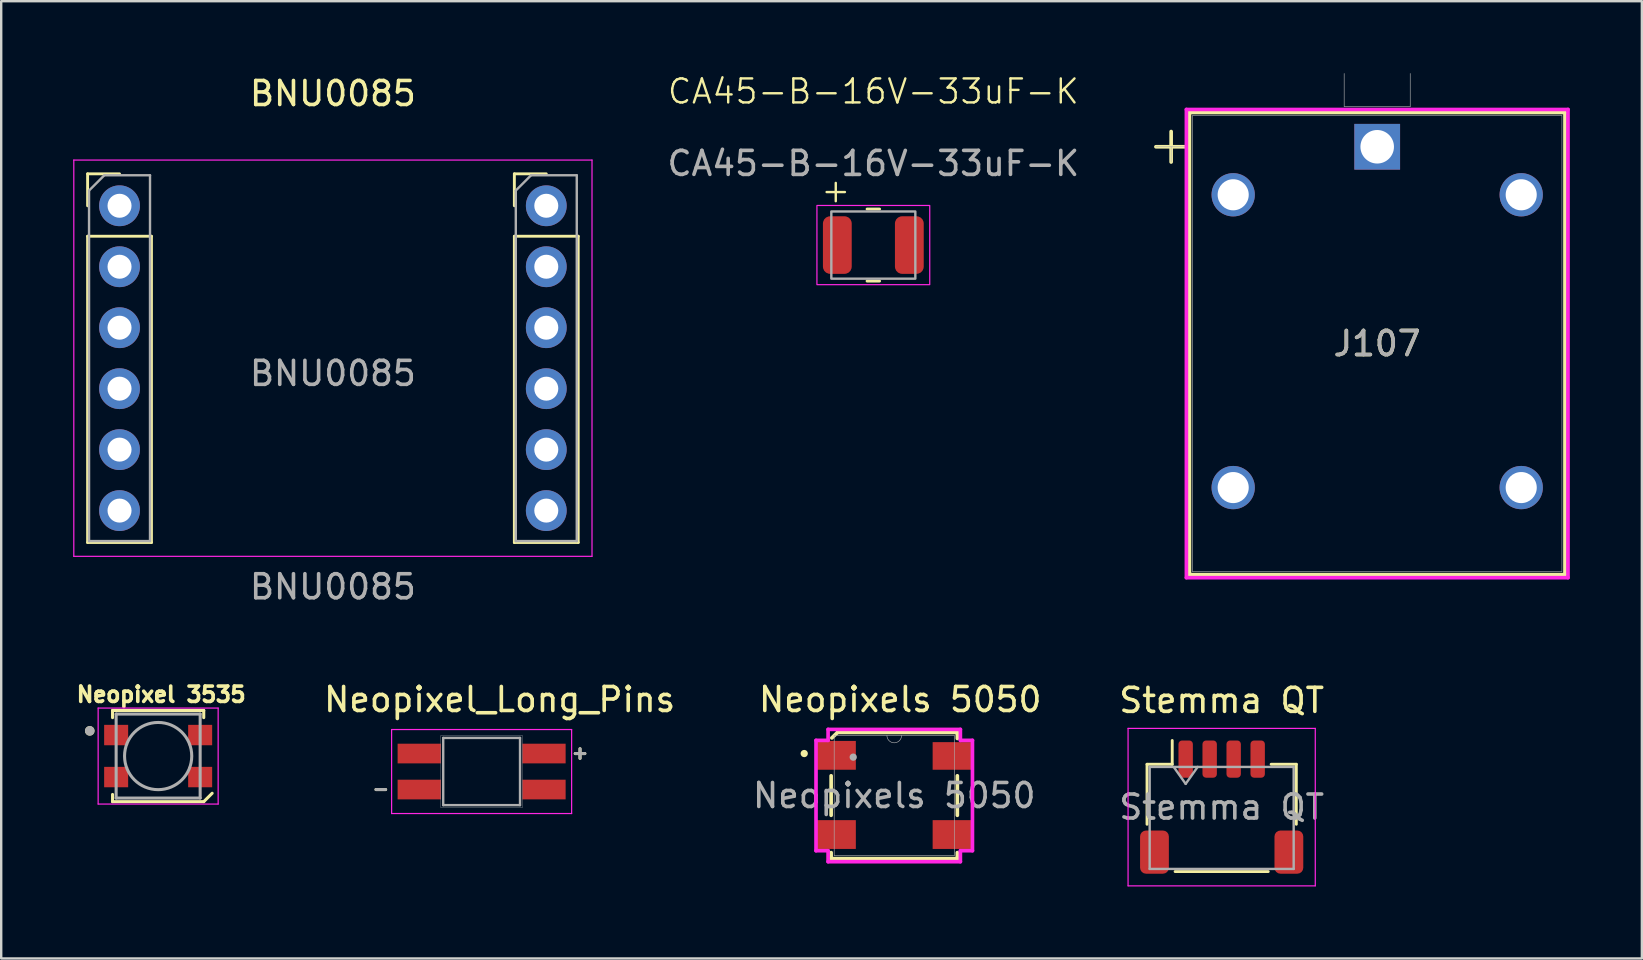
<source format=kicad_pcb>
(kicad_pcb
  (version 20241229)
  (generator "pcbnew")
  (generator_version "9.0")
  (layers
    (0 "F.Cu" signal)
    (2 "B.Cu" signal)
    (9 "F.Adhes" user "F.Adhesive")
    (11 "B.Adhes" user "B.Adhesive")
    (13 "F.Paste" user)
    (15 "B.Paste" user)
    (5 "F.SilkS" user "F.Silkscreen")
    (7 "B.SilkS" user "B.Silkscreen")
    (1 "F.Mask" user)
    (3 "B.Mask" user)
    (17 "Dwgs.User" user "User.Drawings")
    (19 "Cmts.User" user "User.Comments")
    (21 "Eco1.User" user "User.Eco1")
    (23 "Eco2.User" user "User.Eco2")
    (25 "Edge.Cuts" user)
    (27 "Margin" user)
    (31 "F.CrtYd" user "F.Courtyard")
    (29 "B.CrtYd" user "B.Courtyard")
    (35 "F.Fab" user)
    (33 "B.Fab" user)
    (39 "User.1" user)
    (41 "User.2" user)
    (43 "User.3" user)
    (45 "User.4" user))
  (footprint "BNU0085"
    (layer "F.Cu")
    (at 10.82 1.078)
    (property "Reference" "BNU0085" (at 0 -0.23 0) (unlocked yes) (layer "F.SilkS") (effects (font (size 1 1) (thickness 0.15))))
    (attr through_hole)
    (fp_line (start -10.22 3.115) (end -8.89 3.115) (stroke (width 0.12) (type solid)) (layer "F.SilkS"))
    (fp_line (start -10.22 4.445) (end -10.22 3.115) (stroke (width 0.12) (type solid)) (layer "F.SilkS"))
    (fp_line (start -10.22 5.715) (end -10.22 18.475) (stroke (width 0.12) (type solid)) (layer "F.SilkS"))
    (fp_line (start -10.22 5.715) (end -7.56 5.715) (stroke (width 0.12) (type solid)) (layer "F.SilkS"))
    (fp_line (start -10.22 18.475) (end -7.56 18.475) (stroke (width 0.12) (type solid)) (layer "F.SilkS"))
    (fp_line (start -7.56 5.715) (end -7.56 18.475) (stroke (width 0.12) (type solid)) (layer "F.SilkS"))
    (fp_line (start 7.56 3.115) (end 8.89 3.115) (stroke (width 0.12) (type solid)) (layer "F.SilkS"))
    (fp_line (start 7.56 4.445) (end 7.56 3.115) (stroke (width 0.12) (type solid)) (layer "F.SilkS"))
    (fp_line (start 7.56 5.715) (end 7.56 18.475) (stroke (width 0.12) (type solid)) (layer "F.SilkS"))
    (fp_line (start 7.56 5.715) (end 10.22 5.715) (stroke (width 0.12) (type solid)) (layer "F.SilkS"))
    (fp_line (start 7.56 18.475) (end 10.22 18.475) (stroke (width 0.12) (type solid)) (layer "F.SilkS"))
    (fp_line (start 10.22 5.715) (end 10.22 18.475) (stroke (width 0.12) (type solid)) (layer "F.SilkS"))
    (fp_line (start -10.795 2.54) (end -10.795 19.05) (stroke (width 0.05) (type solid)) (layer "F.CrtYd"))
    (fp_line (start -10.795 19.05) (end 10.795 19.05) (stroke (width 0.05) (type solid)) (layer "F.CrtYd"))
    (fp_line (start 10.795 2.54) (end -10.795 2.54) (stroke (width 0.05) (type solid)) (layer "F.CrtYd"))
    (fp_line (start 10.795 19.05) (end 10.795 2.54) (stroke (width 0.05) (type solid)) (layer "F.CrtYd"))
    (fp_line (start -10.16 3.81) (end -9.525 3.175) (stroke (width 0.1) (type solid)) (layer "F.Fab"))
    (fp_line (start -10.16 18.415) (end -10.16 3.81) (stroke (width 0.1) (type solid)) (layer "F.Fab"))
    (fp_line (start -9.525 3.175) (end -7.62 3.175) (stroke (width 0.1) (type solid)) (layer "F.Fab"))
    (fp_line (start -7.62 3.175) (end -7.62 18.415) (stroke (width 0.1) (type solid)) (layer "F.Fab"))
    (fp_line (start -7.62 18.415) (end -10.16 18.415) (stroke (width 0.1) (type solid)) (layer "F.Fab"))
    (fp_line (start 7.62 3.81) (end 8.255 3.175) (stroke (width 0.1) (type solid)) (layer "F.Fab"))
    (fp_line (start 7.62 18.415) (end 7.62 3.81) (stroke (width 0.1) (type solid)) (layer "F.Fab"))
    (fp_line (start 8.255 3.175) (end 10.16 3.175) (stroke (width 0.1) (type solid)) (layer "F.Fab"))
    (fp_line (start 10.16 3.175) (end 10.16 18.415) (stroke (width 0.1) (type solid)) (layer "F.Fab"))
    (fp_line (start 10.16 18.415) (end 7.62 18.415) (stroke (width 0.1) (type solid)) (layer "F.Fab"))
    (fp_text user "${REFERENCE}" (at 0 11.43 180) (layer "F.Fab") (effects (font (size 1 1) (thickness 0.15))))
    (fp_text user "${REFERENCE}" (at 0 20.32 180) (layer "F.Fab") (effects (font (size 1 1) (thickness 0.15))))
    (pad "1" thru_hole circle (at -8.89 4.445) (size 1.7 1.7) (drill 1) (layers "*.Cu" "*.Mask"))
    (pad "2" thru_hole oval (at -8.89 6.985) (size 1.7 1.7) (drill 1) (layers "*.Cu" "*.Mask"))
    (pad "3" thru_hole oval (at -8.89 9.525) (size 1.7 1.7) (drill 1) (layers "*.Cu" "*.Mask"))
    (pad "4" thru_hole oval (at -8.89 12.065) (size 1.7 1.7) (drill 1) (layers "*.Cu" "*.Mask"))
    (pad "5" thru_hole oval (at -8.89 14.605) (size 1.7 1.7) (drill 1) (layers "*.Cu" "*.Mask"))
    (pad "6" thru_hole oval (at -8.89 17.145) (size 1.7 1.7) (drill 1) (layers "*.Cu" "*.Mask"))
    (pad "7" thru_hole circle (at 8.89 17.145) (size 1.7 1.7) (drill 1) (layers "*.Cu" "*.Mask"))
    (pad "8" thru_hole circle (at 8.89 14.605) (size 1.7 1.7) (drill 1) (layers "*.Cu" "*.Mask"))
    (pad "9" thru_hole circle (at 8.89 12.065) (size 1.7 1.7) (drill 1) (layers "*.Cu" "*.Mask"))
    (pad "10" thru_hole oval (at 8.89 9.525) (size 1.7 1.7) (drill 1) (layers "*.Cu" "*.Mask"))
    (pad "11" thru_hole oval (at 8.89 6.985) (size 1.7 1.7) (drill 1) (layers "*.Cu" "*.Mask"))
    (pad "12" thru_hole circle (at 8.89 4.445) (size 1.7 1.7) (drill 1) (layers "*.Cu" "*.Mask")))
  (footprint "Neopixel 3535"
    (layer "F.Cu")
    (at 3.539 28.45)
    (property "Reference" "Neopixel 3535" (at 0.127 -2.565 0) (layer "F.SilkS") (effects (font (size 0.64 0.64) (thickness 0.15))))
    (attr smd)
    (fp_line (start -1.9 -1.9) (end 1.9 -1.9) (stroke (width 0.127) (type solid)) (layer "F.SilkS"))
    (fp_line (start -1.9 -1.6) (end -1.9 -1.9) (stroke (width 0.127) (type solid)) (layer "F.SilkS"))
    (fp_line (start -1.9 1.6) (end -1.9 1.9) (stroke (width 0.127) (type solid)) (layer "F.SilkS"))
    (fp_line (start -1.9 1.9) (end 1.9 1.9) (stroke (width 0.127) (type solid)) (layer "F.SilkS"))
    (fp_line (start 1.9 -1.9) (end 1.9 -1.6) (stroke (width 0.127) (type solid)) (layer "F.SilkS"))
    (fp_line (start 1.9 1.9) (end 2.25 1.55) (stroke (width 0.127) (type solid)) (layer "F.SilkS"))
    (fp_circle (center -2.85 -1.05) (end -2.75 -1.05) (stroke (width 0.2) (type solid)) (fill no) (layer "F.SilkS"))
    (fp_line (start -2.5 -2) (end 2.5 -2) (stroke (width 0.05) (type solid)) (layer "F.CrtYd"))
    (fp_line (start -2.5 2) (end -2.5 -2) (stroke (width 0.05) (type solid)) (layer "F.CrtYd"))
    (fp_line (start 2.5 -2) (end 2.5 2) (stroke (width 0.05) (type solid)) (layer "F.CrtYd"))
    (fp_line (start 2.5 2) (end -2.5 2) (stroke (width 0.05) (type solid)) (layer "F.CrtYd"))
    (fp_line (start -1.75 -1.75) (end 1.75 -1.75) (stroke (width 0.127) (type solid)) (layer "F.Fab"))
    (fp_line (start -1.75 1.75) (end -1.75 -1.75) (stroke (width 0.127) (type solid)) (layer "F.Fab"))
    (fp_line (start 1.75 -1.75) (end 1.75 1.75) (stroke (width 0.127) (type solid)) (layer "F.Fab"))
    (fp_line (start 1.75 1.75) (end -1.75 1.75) (stroke (width 0.127) (type solid)) (layer "F.Fab"))
    (fp_circle (center -2.85 -1.05) (end -2.75 -1.05) (stroke (width 0.2) (type solid)) (fill no) (layer "F.Fab"))
    (fp_circle (center 0 0) (end 1.4 0) (stroke (width 0.127) (type solid)) (fill no) (layer "F.Fab"))
    (pad "1" smd rect (at 1.75 0.875) (size 1 0.85) (layers "F.Cu" "F.Mask" "F.Paste"))
    (pad "2" smd rect (at 1.75 -0.875) (size 1 0.85) (layers "F.Cu" "F.Mask" "F.Paste"))
    (pad "3" smd rect (at -1.75 -0.875) (size 1 0.85) (layers "F.Cu" "F.Mask" "F.Paste"))
    (pad "4" smd rect (at -1.75 0.875) (size 1 0.85) (layers "F.Cu" "F.Mask" "F.Paste")))
  (footprint "CA45-B-16V-33uF-K"
    (layer "F.Cu")
    (at 33.336 1.26)
    (property "Reference" "CA45-B-16V-33uF-K" (at 0 -0.5 0) (unlocked yes) (layer "F.SilkS") (effects (font (size 1 1) (thickness 0.1))))
    (attr smd)
    (fp_line (start -0.261 4.4) (end 0.261 4.4) (stroke (width 0.12) (type solid)) (layer "F.SilkS"))
    (fp_line (start -0.261 7.4) (end 0.261 7.4) (stroke (width 0.12) (type solid)) (layer "F.SilkS"))
    (fp_rect (start -2.35 4.25) (end 2.35 7.55) (stroke (width 0.05) (type default)) (fill no) (layer "F.CrtYd"))
    (fp_rect (start -1.75 4.5) (end 1.75 7.3) (stroke (width 0.1) (type default)) (fill no) (layer "F.Fab"))
    (fp_text user "+" (at -2.25 4.2 0) (unlocked yes) (layer "F.SilkS") (effects (font (size 1 1) (thickness 0.1)) (justify left bottom)))
    (fp_text user "${REFERENCE}" (at 0 2.5 0) (unlocked yes) (layer "F.Fab") (effects (font (size 1 1) (thickness 0.15))))
    (pad "1" smd roundrect (at -1.5 5.9) (size 1.2 2.4) (layers "F.Cu" "F.Mask" "F.Paste") (roundrect_rratio 0.25))
    (pad "2" smd roundrect (at 1.5 5.9) (size 1.2 2.4) (layers "F.Cu" "F.Mask" "F.Paste") (roundrect_rratio 0.25)))
  (footprint "J107"
    (layer "F.Cu")
    (at 54.329 3.065)
    (property "Reference" "J107" (at 0 8.2 0) (unlocked yes) (layer "F.SilkS") (effects (font (size 1 1) (thickness 0.15))))
    (attr through_hole)
    (fp_line (start -9.22 0) (end -7.95 0) (stroke (width 0.152) (type solid)) (layer "F.SilkS"))
    (fp_line (start -8.585 -0.635) (end -8.585 0.635) (stroke (width 0.152) (type solid)) (layer "F.SilkS"))
    (fp_line (start -7.823 -1.427) (end -7.823 17.826) (stroke (width 0.152) (type solid)) (layer "F.SilkS"))
    (fp_line (start 7.823 -1.427) (end -7.823 -1.427) (stroke (width 0.152) (type solid)) (layer "F.SilkS"))
    (fp_line (start 7.823 -1.427) (end 7.823 17.826) (stroke (width 0.152) (type solid)) (layer "F.SilkS"))
    (fp_line (start 7.823 17.826) (end -7.823 17.826) (stroke (width 0.152) (type solid)) (layer "F.SilkS"))
    (fp_line (start -7.95 -1.554) (end -7.95 17.953) (stroke (width 0.152) (type solid)) (layer "F.CrtYd"))
    (fp_line (start -7.95 17.953) (end 7.95 17.953) (stroke (width 0.152) (type solid)) (layer "F.CrtYd"))
    (fp_line (start 7.95 -1.554) (end -7.95 -1.554) (stroke (width 0.152) (type solid)) (layer "F.CrtYd"))
    (fp_line (start 7.95 17.953) (end 7.95 -1.554) (stroke (width 0.152) (type solid)) (layer "F.CrtYd"))
    (fp_line (start -9.22 0) (end -7.95 0) (stroke (width 0.025) (type solid)) (layer "F.Fab"))
    (fp_line (start -8.585 0) (end -8.585 0.635) (stroke (width 0.025) (type solid)) (layer "F.Fab"))
    (fp_line (start -7.696 -1.3) (end -7.696 17.699) (stroke (width 0.025) (type solid)) (layer "F.Fab"))
    (fp_line (start -1.376 -1.677) (end -1.376 -3.053) (stroke (width 0.025) (type solid)) (layer "F.Fab"))
    (fp_line (start 1.376 -3.053) (end 1.376 -1.677) (stroke (width 0.025) (type solid)) (layer "F.Fab"))
    (fp_line (start 1.376 -1.677) (end -1.376 -1.677) (stroke (width 0.025) (type solid)) (layer "F.Fab"))
    (fp_line (start 7.696 -1.3) (end -7.696 -1.3) (stroke (width 0.025) (type solid)) (layer "F.Fab"))
    (fp_line (start 7.696 -1.3) (end 7.696 17.699) (stroke (width 0.025) (type solid)) (layer "F.Fab"))
    (fp_line (start 7.696 17.699) (end -7.696 17.699) (stroke (width 0.025) (type solid)) (layer "F.Fab"))
    (fp_text user "${REFERENCE}" (at 0 8.2 0) (unlocked yes) (layer "F.Fab") (effects (font (size 1 1) (thickness 0.15))))
    (pad "1" thru_hole rect (at 0 0) (size 1.905 1.905) (drill 1.397) (layers "*.Cu" "*.Mask"))
    (pad "2" thru_hole circle (at -6 2) (size 1.803 1.803) (drill 1.295) (layers "*.Cu" "*.Mask"))
    (pad "3" thru_hole circle (at 6 2) (size 1.803 1.803) (drill 1.295) (layers "*.Cu" "*.Mask"))
    (pad "4" thru_hole circle (at -6 14.199) (size 1.803 1.803) (drill 1.295) (layers "*.Cu" "*.Mask"))
    (pad "5" thru_hole circle (at 6 14.199) (size 1.803 1.803) (drill 1.295) (layers "*.Cu" "*.Mask")))
  (footprint "Stemma QT"
    (layer "F.Cu")
    (at 47.849 25.497)
    (property "Reference" "Stemma QT" (at 0 0.635 180) (layer "F.SilkS") (effects (font (size 1 1) (thickness 0.15))))
    (attr through_hole)
    (fp_line (start -3.11 3.295) (end -2.06 3.295) (stroke (width 0.12) (type solid)) (layer "F.SilkS"))
    (fp_line (start -3.11 5.795) (end -3.11 3.295) (stroke (width 0.12) (type solid)) (layer "F.SilkS"))
    (fp_line (start -2.06 3.295) (end -2.06 2.305) (stroke (width 0.12) (type solid)) (layer "F.SilkS"))
    (fp_line (start -1.94 7.765) (end 1.94 7.765) (stroke (width 0.12) (type solid)) (layer "F.SilkS"))
    (fp_line (start 3.11 3.295) (end 2.06 3.295) (stroke (width 0.12) (type solid)) (layer "F.SilkS"))
    (fp_line (start 3.11 5.795) (end 3.11 3.295) (stroke (width 0.12) (type solid)) (layer "F.SilkS"))
    (fp_line (start -3.9 1.8) (end -3.9 8.36) (stroke (width 0.05) (type solid)) (layer "F.CrtYd"))
    (fp_line (start -3.9 8.36) (end 3.9 8.36) (stroke (width 0.05) (type solid)) (layer "F.CrtYd"))
    (fp_line (start 3.9 1.8) (end -3.9 1.8) (stroke (width 0.05) (type solid)) (layer "F.CrtYd"))
    (fp_line (start 3.9 8.36) (end 3.9 1.8) (stroke (width 0.05) (type solid)) (layer "F.CrtYd"))
    (fp_line (start -3 3.405) (end -3 7.655) (stroke (width 0.1) (type solid)) (layer "F.Fab"))
    (fp_line (start -3 3.405) (end 3 3.405) (stroke (width 0.1) (type solid)) (layer "F.Fab"))
    (fp_line (start -3 7.655) (end 3 7.655) (stroke (width 0.1) (type solid)) (layer "F.Fab"))
    (fp_line (start -2 3.405) (end -1.5 4.112) (stroke (width 0.1) (type solid)) (layer "F.Fab"))
    (fp_line (start -1.5 4.112) (end -1 3.405) (stroke (width 0.1) (type solid)) (layer "F.Fab"))
    (fp_line (start 3 3.405) (end 3 7.655) (stroke (width 0.1) (type solid)) (layer "F.Fab"))
    (fp_text user "${REFERENCE}" (at 0 5.08 0) (layer "F.Fab") (effects (font (size 1 1) (thickness 0.15))))
    (pad "1" smd roundrect (at -1.5 3.08) (size 0.6 1.55) (layers "F.Cu" "F.Mask" "F.Paste") (roundrect_rratio 0.25))
    (pad "2" smd roundrect (at -0.5 3.08) (size 0.6 1.55) (layers "F.Cu" "F.Mask" "F.Paste") (roundrect_rratio 0.25))
    (pad "3" smd roundrect (at 0.5 3.08) (size 0.6 1.55) (layers "F.Cu" "F.Mask" "F.Paste") (roundrect_rratio 0.25))
    (pad "4" smd roundrect (at 1.5 3.08) (size 0.6 1.55) (layers "F.Cu" "F.Mask" "F.Paste") (roundrect_rratio 0.25))
    (pad "MP" smd roundrect (at -2.8 6.955) (size 1.2 1.8) (layers "F.Cu" "F.Mask" "F.Paste") (roundrect_rratio 0.208))
    (pad "MP" smd roundrect (at 2.8 6.955) (size 1.2 1.8) (layers "F.Cu" "F.Mask" "F.Paste") (roundrect_rratio 0.208)))
  (footprint "Neopixels 5050"
    (layer "F.Cu")
    (at 34.207 30.095)
    (property "Reference" "Neopixels 5050" (at 0.25 -4 0) (unlocked yes) (layer "F.SilkS") (effects (font (size 1 1) (thickness 0.15))))
    (attr smd)
    (fp_line (start -2.629 -0.823) (end -2.629 0.823) (stroke (width 0.152) (type solid)) (layer "F.SilkS"))
    (fp_line (start -2.629 2.377) (end -2.629 2.629) (stroke (width 0.152) (type solid)) (layer "F.SilkS"))
    (fp_line (start -2.629 2.629) (end 2.629 2.629) (stroke (width 0.152) (type solid)) (layer "F.SilkS"))
    (fp_line (start -2.364 -2.629) (end -2.6 -2.4) (stroke (width 0.152) (type solid)) (layer "F.SilkS"))
    (fp_line (start 2.629 -2.629) (end -2.364 -2.629) (stroke (width 0.152) (type solid)) (layer "F.SilkS"))
    (fp_line (start 2.629 -2.377) (end 2.629 -2.629) (stroke (width 0.152) (type solid)) (layer "F.SilkS"))
    (fp_line (start 2.629 0.823) (end 2.629 -0.823) (stroke (width 0.152) (type solid)) (layer "F.SilkS"))
    (fp_line (start 2.629 2.629) (end 2.629 2.377) (stroke (width 0.152) (type solid)) (layer "F.SilkS"))
    (fp_circle (center -3.75 -1.75) (end -3.674 -1.75) (stroke (width 0.152) (type solid)) (fill no) (layer "F.SilkS"))
    (fp_line (start -3.259 -2.299) (end -2.756 -2.299) (stroke (width 0.152) (type solid)) (layer "F.CrtYd"))
    (fp_line (start -3.259 2.299) (end -3.259 -2.299) (stroke (width 0.152) (type solid)) (layer "F.CrtYd"))
    (fp_line (start -3.259 2.299) (end -2.756 2.299) (stroke (width 0.152) (type solid)) (layer "F.CrtYd"))
    (fp_line (start -2.756 -2.756) (end 2.756 -2.756) (stroke (width 0.152) (type solid)) (layer "F.CrtYd"))
    (fp_line (start -2.756 -2.299) (end -2.756 -2.756) (stroke (width 0.152) (type solid)) (layer "F.CrtYd"))
    (fp_line (start -2.756 2.756) (end -2.756 2.299) (stroke (width 0.152) (type solid)) (layer "F.CrtYd"))
    (fp_line (start 2.756 -2.756) (end 2.756 -2.299) (stroke (width 0.152) (type solid)) (layer "F.CrtYd"))
    (fp_line (start 2.756 2.299) (end 2.756 2.756) (stroke (width 0.152) (type solid)) (layer "F.CrtYd"))
    (fp_line (start 2.756 2.756) (end -2.756 2.756) (stroke (width 0.152) (type solid)) (layer "F.CrtYd"))
    (fp_line (start 3.259 -2.299) (end 2.756 -2.299) (stroke (width 0.152) (type solid)) (layer "F.CrtYd"))
    (fp_line (start 3.259 -2.299) (end 3.259 2.299) (stroke (width 0.152) (type solid)) (layer "F.CrtYd"))
    (fp_line (start 3.259 2.299) (end 2.756 2.299) (stroke (width 0.152) (type solid)) (layer "F.CrtYd"))
    (fp_line (start -2.502 -2.502) (end -2.502 2.502) (stroke (width 0.025) (type solid)) (layer "F.Fab"))
    (fp_line (start -2.502 2.502) (end 2.502 2.502) (stroke (width 0.025) (type solid)) (layer "F.Fab"))
    (fp_line (start 2.502 -2.502) (end -2.502 -2.502) (stroke (width 0.025) (type solid)) (layer "F.Fab"))
    (fp_line (start 2.502 2.502) (end 2.502 -2.502) (stroke (width 0.025) (type solid)) (layer "F.Fab"))
    (fp_arc (start 0.3048 -2.5019) (mid 0 -2.1971) (end -0.3048 -2.5019) (stroke (width 0.0254) (type solid)) (layer "F.Fab"))
    (fp_circle (center -1.709 -1.6) (end -1.709 -1.6) (stroke (width 0.152) (type solid)) (fill no) (layer "F.Fab"))
    (fp_text user "${REFERENCE}" (at 0 0 0) (unlocked yes) (layer "F.Fab") (effects (font (size 1 1) (thickness 0.15))))
    (pad "1" smd rect (at -2.425 -1.675) (size 1.65 1.2) (layers "F.Cu" "F.Mask" "F.Paste"))
    (pad "2" smd rect (at -2.425 1.625) (size 1.65 1.2) (layers "F.Cu" "F.Mask" "F.Paste"))
    (pad "3" smd rect (at 2.425 1.625) (size 1.65 1.2) (layers "F.Cu" "F.Mask" "F.Paste"))
    (pad "4" smd rect (at 2.425 -1.65) (size 1.65 1.15) (layers "F.Cu" "F.Mask" "F.Paste")))
  (footprint "Neopixel_Long_Pins"
    (layer "F.Cu")
    (at 17.016 29.095)
    (property "Reference" "Neopixel_Long_Pins" (at 0.75 -3 0) (layer "F.SilkS") (effects (font (size 1 1) (thickness 0.15))))
    (attr smd)
    (fp_line (start -4 0.75) (end -4.4 0.75) (stroke (width 0.127) (type solid)) (layer "F.SilkS"))
    (fp_line (start 3.9 -0.75) (end 4.3 -0.75) (stroke (width 0.127) (type solid)) (layer "F.SilkS"))
    (fp_line (start 4.1 -0.95) (end 4.1 -0.55) (stroke (width 0.127) (type solid)) (layer "F.SilkS"))
    (fp_line (start -1.7 -1.5) (end 1.7 -1.5) (stroke (width 0.01) (type solid)) (layer "Edge.Cuts"))
    (fp_line (start -1.7 1.5) (end -1.7 -1.5) (stroke (width 0.01) (type solid)) (layer "Edge.Cuts"))
    (fp_line (start 1.7 -1.5) (end 1.7 1.5) (stroke (width 0.01) (type solid)) (layer "Edge.Cuts"))
    (fp_line (start 1.7 1.5) (end -1.7 1.5) (stroke (width 0.01) (type solid)) (layer "Edge.Cuts"))
    (fp_line (start -3.75 -1.75) (end -3.75 1.75) (stroke (width 0.05) (type solid)) (layer "F.CrtYd"))
    (fp_line (start -3.75 1.75) (end 3.75 1.75) (stroke (width 0.05) (type solid)) (layer "F.CrtYd"))
    (fp_line (start 3.75 -1.75) (end -3.75 -1.75) (stroke (width 0.05) (type solid)) (layer "F.CrtYd"))
    (fp_line (start 3.75 1.75) (end 3.75 -1.75) (stroke (width 0.05) (type solid)) (layer "F.CrtYd"))
    (fp_line (start -4 0.75) (end -4.4 0.75) (stroke (width 0.127) (type solid)) (layer "F.Fab"))
    (fp_line (start -1.6 -1.4) (end -1.6 1.4) (stroke (width 0.1) (type solid)) (layer "F.Fab"))
    (fp_line (start -1.6 1.4) (end 1.6 1.4) (stroke (width 0.1) (type solid)) (layer "F.Fab"))
    (fp_line (start 1.6 -1.4) (end -1.6 -1.4) (stroke (width 0.1) (type solid)) (layer "F.Fab"))
    (fp_line (start 1.6 1.4) (end 1.6 -1.4) (stroke (width 0.1) (type solid)) (layer "F.Fab"))
    (fp_line (start 3.9 -0.75) (end 4.3 -0.75) (stroke (width 0.127) (type solid)) (layer "F.Fab"))
    (fp_line (start 4.1 -0.95) (end 4.1 -0.55) (stroke (width 0.127) (type solid)) (layer "F.Fab"))
    (pad "1" smd rect (at 2.6 -0.75) (size 1.8 0.82) (layers "F.Cu" "F.Mask" "F.Paste"))
    (pad "2" smd rect (at 2.6 0.75) (size 1.8 0.82) (layers "F.Cu" "F.Mask" "F.Paste"))
    (pad "3" smd rect (at -2.6 0.75) (size 1.8 0.82) (layers "F.Cu" "F.Mask" "F.Paste"))
    (pad "4" smd rect (at -2.6 -0.75) (size 1.8 0.82) (layers "F.Cu" "F.Mask" "F.Paste")))
  (gr_rect
    (start -3 -3)
    (end 65.356 36.882)
    (stroke (width 0.1) (type default))
    (fill no)
    (layer "Edge.Cuts")))
</source>
